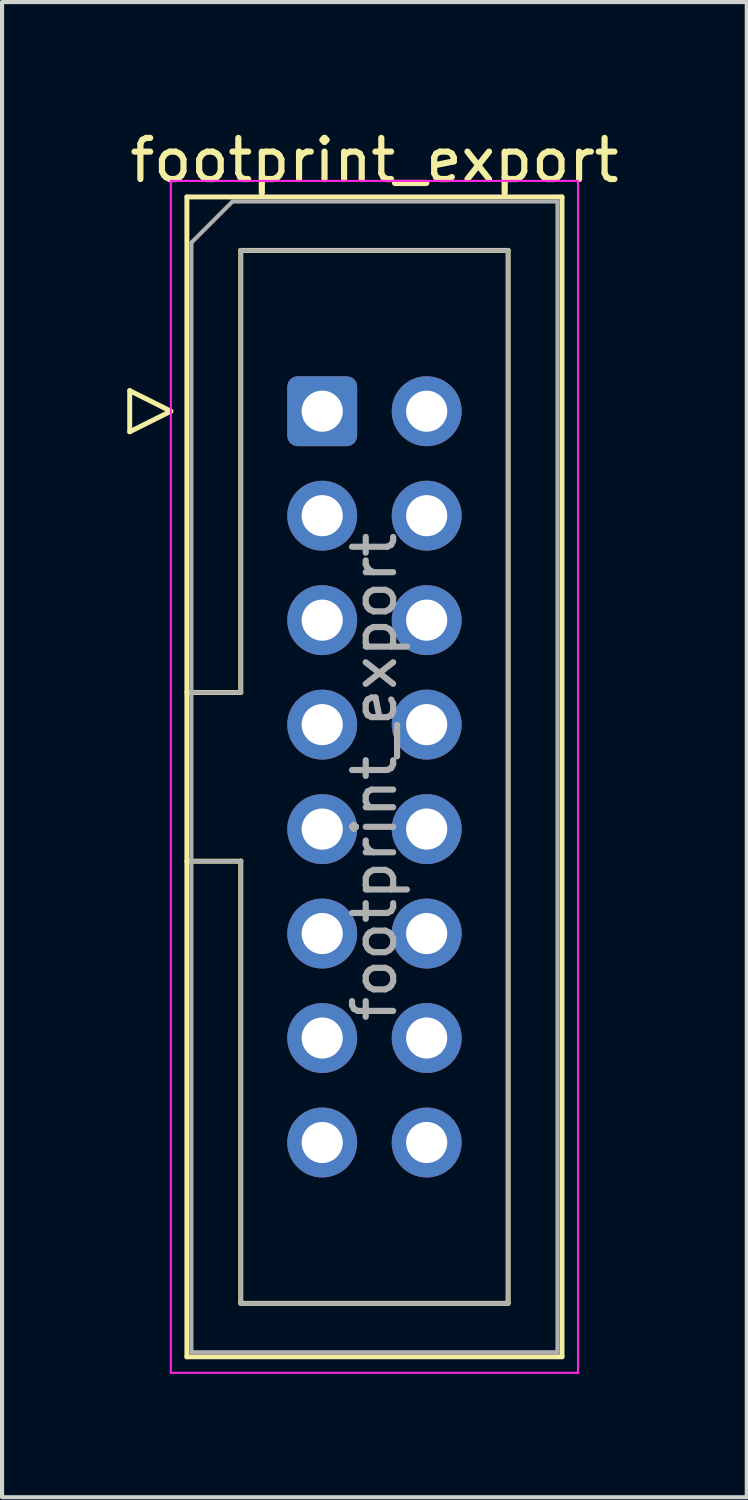
<source format=kicad_pcb>
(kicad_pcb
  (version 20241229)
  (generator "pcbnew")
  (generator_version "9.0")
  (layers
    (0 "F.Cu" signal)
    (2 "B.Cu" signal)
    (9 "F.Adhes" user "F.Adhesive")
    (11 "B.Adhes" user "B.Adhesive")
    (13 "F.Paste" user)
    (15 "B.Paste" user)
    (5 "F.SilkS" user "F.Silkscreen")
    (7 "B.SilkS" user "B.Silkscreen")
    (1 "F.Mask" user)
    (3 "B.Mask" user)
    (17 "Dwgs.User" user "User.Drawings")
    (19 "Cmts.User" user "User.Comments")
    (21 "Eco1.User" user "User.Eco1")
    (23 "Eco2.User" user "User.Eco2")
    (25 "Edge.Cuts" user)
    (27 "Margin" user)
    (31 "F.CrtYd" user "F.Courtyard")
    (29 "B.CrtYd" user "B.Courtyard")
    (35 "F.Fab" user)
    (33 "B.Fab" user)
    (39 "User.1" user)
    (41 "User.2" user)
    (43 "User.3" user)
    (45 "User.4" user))
  (footprint "footprint_export"
    (layer "F.Cu")
    (at 4.784 6.948)
    (property "Reference" "footprint_export" (at 1.27 -6.1 0) (layer "F.SilkS") (effects (font (size 1 1) (thickness 0.15))))
    (attr through_hole)
    (fp_line (start -4.68 -0.5) (end -4.68 0.5) (stroke (width 0.12) (type solid)) (layer "F.SilkS"))
    (fp_line (start -4.68 0.5) (end -3.68 0) (stroke (width 0.12) (type solid)) (layer "F.SilkS"))
    (fp_line (start -3.68 0) (end -4.68 -0.5) (stroke (width 0.12) (type solid)) (layer "F.SilkS"))
    (fp_line (start -3.29 -5.21) (end 5.83 -5.21) (stroke (width 0.12) (type solid)) (layer "F.SilkS"))
    (fp_line (start -3.29 6.84) (end -1.98 6.84) (stroke (width 0.12) (type solid)) (layer "F.SilkS"))
    (fp_line (start -3.29 22.99) (end -3.29 -5.21) (stroke (width 0.12) (type solid)) (layer "F.SilkS"))
    (fp_line (start -1.98 -3.91) (end 4.52 -3.91) (stroke (width 0.12) (type solid)) (layer "F.SilkS"))
    (fp_line (start -1.98 6.84) (end -1.98 -3.91) (stroke (width 0.12) (type solid)) (layer "F.SilkS"))
    (fp_line (start -1.98 10.94) (end -3.29 10.94) (stroke (width 0.12) (type solid)) (layer "F.SilkS"))
    (fp_line (start -1.98 10.94) (end -1.98 10.94) (stroke (width 0.12) (type solid)) (layer "F.SilkS"))
    (fp_line (start -1.98 21.69) (end -1.98 10.94) (stroke (width 0.12) (type solid)) (layer "F.SilkS"))
    (fp_line (start 4.52 -3.91) (end 4.52 21.69) (stroke (width 0.12) (type solid)) (layer "F.SilkS"))
    (fp_line (start 4.52 21.69) (end -1.98 21.69) (stroke (width 0.12) (type solid)) (layer "F.SilkS"))
    (fp_line (start 5.83 -5.21) (end 5.83 22.99) (stroke (width 0.12) (type solid)) (layer "F.SilkS"))
    (fp_line (start 5.83 22.99) (end -3.29 22.99) (stroke (width 0.12) (type solid)) (layer "F.SilkS"))
    (fp_line (start -3.68 -5.6) (end -3.68 23.38) (stroke (width 0.05) (type solid)) (layer "F.CrtYd"))
    (fp_line (start -3.68 23.38) (end 6.22 23.38) (stroke (width 0.05) (type solid)) (layer "F.CrtYd"))
    (fp_line (start 6.22 -5.6) (end -3.68 -5.6) (stroke (width 0.05) (type solid)) (layer "F.CrtYd"))
    (fp_line (start 6.22 23.38) (end 6.22 -5.6) (stroke (width 0.05) (type solid)) (layer "F.CrtYd"))
    (fp_line (start -3.18 -4.1) (end -2.18 -5.1) (stroke (width 0.1) (type solid)) (layer "F.Fab"))
    (fp_line (start -3.18 6.84) (end -1.98 6.84) (stroke (width 0.1) (type solid)) (layer "F.Fab"))
    (fp_line (start -3.18 22.88) (end -3.18 -4.1) (stroke (width 0.1) (type solid)) (layer "F.Fab"))
    (fp_line (start -2.18 -5.1) (end 5.72 -5.1) (stroke (width 0.1) (type solid)) (layer "F.Fab"))
    (fp_line (start -1.98 -3.91) (end 4.52 -3.91) (stroke (width 0.1) (type solid)) (layer "F.Fab"))
    (fp_line (start -1.98 6.84) (end -1.98 -3.91) (stroke (width 0.1) (type solid)) (layer "F.Fab"))
    (fp_line (start -1.98 10.94) (end -3.18 10.94) (stroke (width 0.1) (type solid)) (layer "F.Fab"))
    (fp_line (start -1.98 10.94) (end -1.98 10.94) (stroke (width 0.1) (type solid)) (layer "F.Fab"))
    (fp_line (start -1.98 21.69) (end -1.98 10.94) (stroke (width 0.1) (type solid)) (layer "F.Fab"))
    (fp_line (start 4.52 -3.91) (end 4.52 21.69) (stroke (width 0.1) (type solid)) (layer "F.Fab"))
    (fp_line (start 4.52 21.69) (end -1.98 21.69) (stroke (width 0.1) (type solid)) (layer "F.Fab"))
    (fp_line (start 5.72 -5.1) (end 5.72 22.88) (stroke (width 0.1) (type solid)) (layer "F.Fab"))
    (fp_line (start 5.72 22.88) (end -3.18 22.88) (stroke (width 0.1) (type solid)) (layer "F.Fab"))
    (fp_text user "${REFERENCE}" (at 1.27 8.89 90) (layer "F.Fab") (effects (font (size 1 1) (thickness 0.15))))
    (pad "1" thru_hole roundrect (at 0 0) (size 1.7 1.7) (drill 1) (layers "*.Cu" "*.Mask") (roundrect_rratio 0.147))
    (pad "2" thru_hole circle (at 2.54 0) (size 1.7 1.7) (drill 1) (layers "*.Cu" "*.Mask"))
    (pad "3" thru_hole circle (at 0 2.54) (size 1.7 1.7) (drill 1) (layers "*.Cu" "*.Mask"))
    (pad "4" thru_hole circle (at 2.54 2.54) (size 1.7 1.7) (drill 1) (layers "*.Cu" "*.Mask"))
    (pad "5" thru_hole circle (at 0 5.08) (size 1.7 1.7) (drill 1) (layers "*.Cu" "*.Mask"))
    (pad "6" thru_hole circle (at 2.54 5.08) (size 1.7 1.7) (drill 1) (layers "*.Cu" "*.Mask"))
    (pad "7" thru_hole circle (at 0 7.62) (size 1.7 1.7) (drill 1) (layers "*.Cu" "*.Mask"))
    (pad "8" thru_hole circle (at 2.54 7.62) (size 1.7 1.7) (drill 1) (layers "*.Cu" "*.Mask"))
    (pad "9" thru_hole circle (at 0 10.16) (size 1.7 1.7) (drill 1) (layers "*.Cu" "*.Mask"))
    (pad "10" thru_hole circle (at 2.54 10.16) (size 1.7 1.7) (drill 1) (layers "*.Cu" "*.Mask"))
    (pad "11" thru_hole circle (at 0 12.7) (size 1.7 1.7) (drill 1) (layers "*.Cu" "*.Mask"))
    (pad "12" thru_hole circle (at 2.54 12.7) (size 1.7 1.7) (drill 1) (layers "*.Cu" "*.Mask"))
    (pad "13" thru_hole circle (at 0 15.24) (size 1.7 1.7) (drill 1) (layers "*.Cu" "*.Mask"))
    (pad "14" thru_hole circle (at 2.54 15.24) (size 1.7 1.7) (drill 1) (layers "*.Cu" "*.Mask"))
    (pad "15" thru_hole circle (at 0 17.78) (size 1.7 1.7) (drill 1) (layers "*.Cu" "*.Mask"))
    (pad "16" thru_hole circle (at 2.54 17.78) (size 1.7 1.7) (drill 1) (layers "*.Cu" "*.Mask")))
  (gr_rect
    (start -3 -3)
    (end 15.107 33.353)
    (stroke (width 0.1) (type default))
    (fill no)
    (layer "Edge.Cuts")))
</source>
